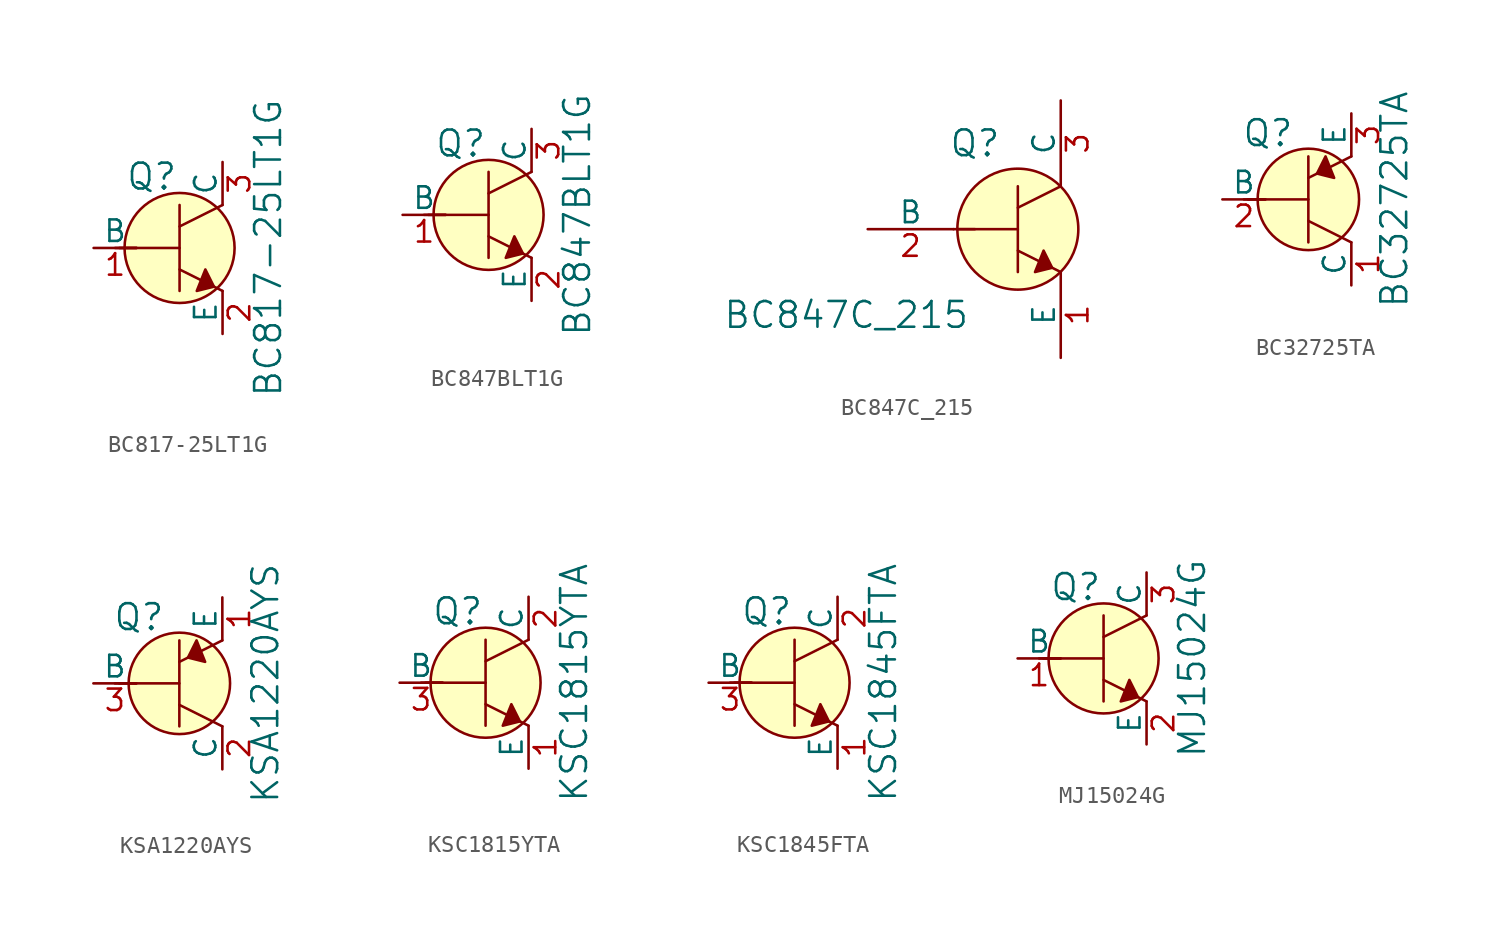
<source format=kicad_sym>
(kicad_symbol_lib
  (version 20220914)
  (generator kicad_symbol_editor)
  (symbol "BC817-25LT1G"
    (pin_names
      (offset 0))
    (property "Reference" "Q"
      (at -3.2 4.216 0)
      (effects (font (size 1.524 1.524)) (justify left)))
    (property "Value" "BC817-25LT1G"
      (at 5.232 0 90)
      (effects (font (size 1.524 1.524))))
    (symbol "BC817-25LT1G_0_1"
      (polyline (pts (xy -3.81 0) (xy -2.54 0)) (stroke (width 0) (type default)) (fill (type none)))
      (polyline (pts (xy -3.556 0) (xy 0 0)) (stroke (width 0) (type default)) (fill (type none)))
      (polyline (pts (xy 0 -1.27) (xy 2.54 -2.54)) (stroke (width 0) (type default)) (fill (type none)))
      (polyline (pts (xy 0 1.27) (xy 2.54 2.54)) (stroke (width 0) (type default)) (fill (type none)))
      (polyline (pts (xy 0 2.54) (xy 0 -2.54)) (stroke (width 0) (type default)) (fill (type none)))
      (polyline (pts (xy 1.524 -1.27) (xy 2.032 -2.286) (xy 1.016 -2.54) (xy 1.524 -1.27)) (stroke (width 0) (type default)) (fill (type outline)))
      (circle (center 0 0) (radius 3.251) (stroke (width 0) (type default)) (fill (type background))))
    (symbol "BC817-25LT1G_1_1"
      (pin input line (at -5.08 0 0) (length 2.54) (name "B" (effects (font (size 1.27 1.27)))) (number "1" (effects (font (size 1.27 1.27)))))
      (pin passive line (at 2.54 -5.08 90) (length 2.54) (name "E" (effects (font (size 1.27 1.27)))) (number "2" (effects (font (size 1.27 1.27)))))
      (pin passive line (at 2.54 5.08 270) (length 2.54) (name "C" (effects (font (size 1.27 1.27)))) (number "3" (effects (font (size 1.27 1.27)))))))
  (symbol "BC847BLT1G"
    (pin_names
      (offset 0))
    (property "Reference" "Q"
      (at -3.2 4.216 0)
      (effects (font (size 1.524 1.524)) (justify left)))
    (property "Value" "BC847BLT1G"
      (at 5.232 0 90)
      (effects (font (size 1.524 1.524))))
    (symbol "BC847BLT1G_0_1"
      (polyline (pts (xy -3.81 0) (xy -2.54 0)) (stroke (width 0) (type default)) (fill (type none)))
      (polyline (pts (xy -3.556 0) (xy 0 0)) (stroke (width 0) (type default)) (fill (type none)))
      (polyline (pts (xy 0 -1.27) (xy 2.54 -2.54)) (stroke (width 0) (type default)) (fill (type none)))
      (polyline (pts (xy 0 1.27) (xy 2.54 2.54)) (stroke (width 0) (type default)) (fill (type none)))
      (polyline (pts (xy 0 2.54) (xy 0 -2.54)) (stroke (width 0) (type default)) (fill (type none)))
      (polyline (pts (xy 1.524 -1.27) (xy 2.032 -2.286) (xy 1.016 -2.54) (xy 1.524 -1.27)) (stroke (width 0) (type default)) (fill (type outline)))
      (circle (center 0 0) (radius 3.251) (stroke (width 0) (type default)) (fill (type background))))
    (symbol "BC847BLT1G_1_1"
      (pin input line (at -5.08 0 0) (length 2.54) (name "B" (effects (font (size 1.27 1.27)))) (number "1" (effects (font (size 1.27 1.27)))))
      (pin passive line (at 2.54 -5.08 90) (length 2.54) (name "E" (effects (font (size 1.27 1.27)))) (number "2" (effects (font (size 1.27 1.27)))))
      (pin passive line (at 2.54 5.08 270) (length 2.54) (name "C" (effects (font (size 1.27 1.27)))) (number "3" (effects (font (size 1.27 1.27)))))))
  (symbol "BC847C_215"
    (pin_names
      (offset 0))
    (property "Reference" "Q"
      (at -2.54 5.08 0)
      (effects (font (size 1.524 1.524))))
    (property "Value" "BC847C_215"
      (at -10.16 -5.08 0)
      (effects (font (size 1.524 1.524))))
    (symbol "BC847C_215_0_1"
      (polyline (pts (xy -3.81 0) (xy -2.54 0)) (stroke (width 0) (type default)) (fill (type none)))
      (polyline (pts (xy -3.556 0) (xy 0 0)) (stroke (width 0) (type default)) (fill (type none)))
      (polyline (pts (xy 0 -1.27) (xy 2.54 -2.54)) (stroke (width 0) (type default)) (fill (type none)))
      (polyline (pts (xy 0 1.27) (xy 2.54 2.54)) (stroke (width 0) (type default)) (fill (type none)))
      (polyline (pts (xy 0 2.54) (xy 0 -2.54)) (stroke (width 0) (type default)) (fill (type none)))
      (polyline (pts (xy 1.524 -1.27) (xy 2.032 -2.286) (xy 1.016 -2.54) (xy 1.524 -1.27)) (stroke (width 0) (type default)) (fill (type outline)))
      (circle (center 0 0) (radius 3.581) (stroke (width 0) (type default)) (fill (type background))))
    (symbol "BC847C_215_1_1"
      (pin input line (at 2.54 -7.62 90) (length 5.08) (name "E" (effects (font (size 1.27 1.27)))) (number "1" (effects (font (size 1.27 1.27)))))
      (pin input line (at -8.89 0 0) (length 5.08) (name "B" (effects (font (size 1.27 1.27)))) (number "2" (effects (font (size 1.27 1.27)))))
      (pin input line (at 2.54 7.62 270) (length 5.08) (name "C" (effects (font (size 1.27 1.27)))) (number "3" (effects (font (size 1.27 1.27)))))))
  (symbol "BC32725TA"
    (pin_names
      (offset 0))
    (property "Reference" "Q"
      (at -2.388 3.912 0)
      (effects (font (size 1.524 1.524))))
    (property "Value" "BC32725TA"
      (at 5.08 0 90)
      (effects (font (size 1.524 1.524))))
    (symbol "BC32725TA_0_1"
      (polyline (pts (xy -3.81 0) (xy -2.54 0)) (stroke (width 0) (type default)) (fill (type none)))
      (polyline (pts (xy -3.556 0) (xy 0 0)) (stroke (width 0) (type default)) (fill (type none)))
      (polyline (pts (xy 0 -1.27) (xy 2.54 -2.54)) (stroke (width 0) (type default)) (fill (type none)))
      (polyline (pts (xy 0 1.27) (xy 2.54 2.54)) (stroke (width 0) (type default)) (fill (type none)))
      (polyline (pts (xy 0 2.54) (xy 0 -2.54)) (stroke (width 0) (type default)) (fill (type none)))
      (polyline (pts (xy 1.016 2.54) (xy 0.508 1.524) (xy 1.524 1.27) (xy 1.016 2.54)) (stroke (width 0) (type default)) (fill (type outline)))
      (circle (center 0 0) (radius 2.997) (stroke (width 0) (type default)) (fill (type background))))
    (symbol "BC32725TA_1_1"
      (pin passive line (at 2.54 -5.08 90) (length 2.54) (name "C" (effects (font (size 1.27 1.27)))) (number "1" (effects (font (size 1.27 1.27)))))
      (pin input line (at -5.08 0 0) (length 2.54) (name "B" (effects (font (size 1.27 1.27)))) (number "2" (effects (font (size 1.27 1.27)))))
      (pin passive line (at 2.54 5.08 270) (length 2.54) (name "E" (effects (font (size 1.27 1.27)))) (number "3" (effects (font (size 1.27 1.27)))))))
  (symbol "KSA1220AYS"
    (pin_names
      (offset 0))
    (property "Reference" "Q"
      (at -2.388 3.912 0)
      (effects (font (size 1.524 1.524))))
    (property "Value" "KSA1220AYS"
      (at 5.08 0 90)
      (effects (font (size 1.524 1.524))))
    (symbol "KSA1220AYS_0_1"
      (polyline (pts (xy -3.81 0) (xy -2.54 0)) (stroke (width 0) (type default)) (fill (type none)))
      (polyline (pts (xy -3.556 0) (xy 0 0)) (stroke (width 0) (type default)) (fill (type none)))
      (polyline (pts (xy 0 -1.27) (xy 2.54 -2.54)) (stroke (width 0) (type default)) (fill (type none)))
      (polyline (pts (xy 0 1.27) (xy 2.54 2.54)) (stroke (width 0) (type default)) (fill (type none)))
      (polyline (pts (xy 0 2.54) (xy 0 -2.54)) (stroke (width 0) (type default)) (fill (type none)))
      (polyline (pts (xy 1.016 2.54) (xy 0.508 1.524) (xy 1.524 1.27) (xy 1.016 2.54)) (stroke (width 0) (type default)) (fill (type outline)))
      (circle (center 0 0) (radius 2.997) (stroke (width 0) (type default)) (fill (type background))))
    (symbol "KSA1220AYS_1_1"
      (pin passive line (at 2.54 5.08 270) (length 2.54) (name "E" (effects (font (size 1.27 1.27)))) (number "1" (effects (font (size 1.27 1.27)))))
      (pin passive line (at 2.54 -5.08 90) (length 2.54) (name "C" (effects (font (size 1.27 1.27)))) (number "2" (effects (font (size 1.27 1.27)))))
      (pin input line (at -5.08 0 0) (length 2.54) (name "B" (effects (font (size 1.27 1.27)))) (number "3" (effects (font (size 1.27 1.27)))))))
  (symbol "KSC1815YTA"
    (pin_names
      (offset 0))
    (property "Reference" "Q"
      (at -3.2 4.216 0)
      (effects (font (size 1.524 1.524)) (justify left)))
    (property "Value" "KSC1815YTA"
      (at 5.232 0 90)
      (effects (font (size 1.524 1.524))))
    (symbol "KSC1815YTA_0_1"
      (polyline (pts (xy -3.81 0) (xy -2.54 0)) (stroke (width 0) (type default)) (fill (type none)))
      (polyline (pts (xy -3.556 0) (xy 0 0)) (stroke (width 0) (type default)) (fill (type none)))
      (polyline (pts (xy 0 -1.27) (xy 2.54 -2.54)) (stroke (width 0) (type default)) (fill (type none)))
      (polyline (pts (xy 0 1.27) (xy 2.54 2.54)) (stroke (width 0) (type default)) (fill (type none)))
      (polyline (pts (xy 0 2.54) (xy 0 -2.54)) (stroke (width 0) (type default)) (fill (type none)))
      (polyline (pts (xy 1.524 -1.27) (xy 2.032 -2.286) (xy 1.016 -2.54) (xy 1.524 -1.27)) (stroke (width 0) (type default)) (fill (type outline)))
      (circle (center 0 0) (radius 3.251) (stroke (width 0) (type default)) (fill (type background))))
    (symbol "KSC1815YTA_1_1"
      (pin passive line (at 2.54 -5.08 90) (length 2.54) (name "E" (effects (font (size 1.27 1.27)))) (number "1" (effects (font (size 1.27 1.27)))))
      (pin passive line (at 2.54 5.08 270) (length 2.54) (name "C" (effects (font (size 1.27 1.27)))) (number "2" (effects (font (size 1.27 1.27)))))
      (pin input line (at -5.08 0 0) (length 2.54) (name "B" (effects (font (size 1.27 1.27)))) (number "3" (effects (font (size 1.27 1.27)))))))
  (symbol "KSC1845FTA"
    (pin_names
      (offset 0))
    (property "Reference" "Q"
      (at -3.2 4.216 0)
      (effects (font (size 1.524 1.524)) (justify left)))
    (property "Value" "KSC1845FTA"
      (at 5.232 0 90)
      (effects (font (size 1.524 1.524))))
    (symbol "KSC1845FTA_0_1"
      (polyline (pts (xy -3.81 0) (xy -2.54 0)) (stroke (width 0) (type default)) (fill (type none)))
      (polyline (pts (xy -3.556 0) (xy 0 0)) (stroke (width 0) (type default)) (fill (type none)))
      (polyline (pts (xy 0 -1.27) (xy 2.54 -2.54)) (stroke (width 0) (type default)) (fill (type none)))
      (polyline (pts (xy 0 1.27) (xy 2.54 2.54)) (stroke (width 0) (type default)) (fill (type none)))
      (polyline (pts (xy 0 2.54) (xy 0 -2.54)) (stroke (width 0) (type default)) (fill (type none)))
      (polyline (pts (xy 1.524 -1.27) (xy 2.032 -2.286) (xy 1.016 -2.54) (xy 1.524 -1.27)) (stroke (width 0) (type default)) (fill (type outline)))
      (circle (center 0 0) (radius 3.251) (stroke (width 0) (type default)) (fill (type background))))
    (symbol "KSC1845FTA_1_1"
      (pin passive line (at 2.54 -5.08 90) (length 2.54) (name "E" (effects (font (size 1.27 1.27)))) (number "1" (effects (font (size 1.27 1.27)))))
      (pin passive line (at 2.54 5.08 270) (length 2.54) (name "C" (effects (font (size 1.27 1.27)))) (number "2" (effects (font (size 1.27 1.27)))))
      (pin input line (at -5.08 0 0) (length 2.54) (name "B" (effects (font (size 1.27 1.27)))) (number "3" (effects (font (size 1.27 1.27)))))))
  (symbol "MJ15024G"
    (pin_names
      (offset 0))
    (property "Reference" "Q"
      (at -3.2 4.216 0)
      (effects (font (size 1.524 1.524)) (justify left)))
    (property "Value" "MJ15024G"
      (at 5.232 0 90)
      (effects (font (size 1.524 1.524))))
    (symbol "MJ15024G_0_1"
      (polyline (pts (xy -3.81 0) (xy -2.54 0)) (stroke (width 0) (type default)) (fill (type none)))
      (polyline (pts (xy -3.556 0) (xy 0 0)) (stroke (width 0) (type default)) (fill (type none)))
      (polyline (pts (xy 0 -1.27) (xy 2.54 -2.54)) (stroke (width 0) (type default)) (fill (type none)))
      (polyline (pts (xy 0 1.27) (xy 2.54 2.54)) (stroke (width 0) (type default)) (fill (type none)))
      (polyline (pts (xy 0 2.54) (xy 0 -2.54)) (stroke (width 0) (type default)) (fill (type none)))
      (polyline (pts (xy 1.524 -1.27) (xy 2.032 -2.286) (xy 1.016 -2.54) (xy 1.524 -1.27)) (stroke (width 0) (type default)) (fill (type outline)))
      (circle (center 0 0) (radius 3.251) (stroke (width 0) (type default)) (fill (type background))))
    (symbol "MJ15024G_1_1"
      (pin input line (at -5.08 0 0) (length 2.54) (name "B" (effects (font (size 1.27 1.27)))) (number "1" (effects (font (size 1.27 1.27)))))
      (pin passive line (at 2.54 -5.08 90) (length 2.54) (name "E" (effects (font (size 1.27 1.27)))) (number "2" (effects (font (size 1.27 1.27)))))
      (pin passive line (at 2.54 5.08 270) (length 2.54) (name "C" (effects (font (size 1.27 1.27)))) (number "3" (effects (font (size 1.27 1.27))))))))
</source>
